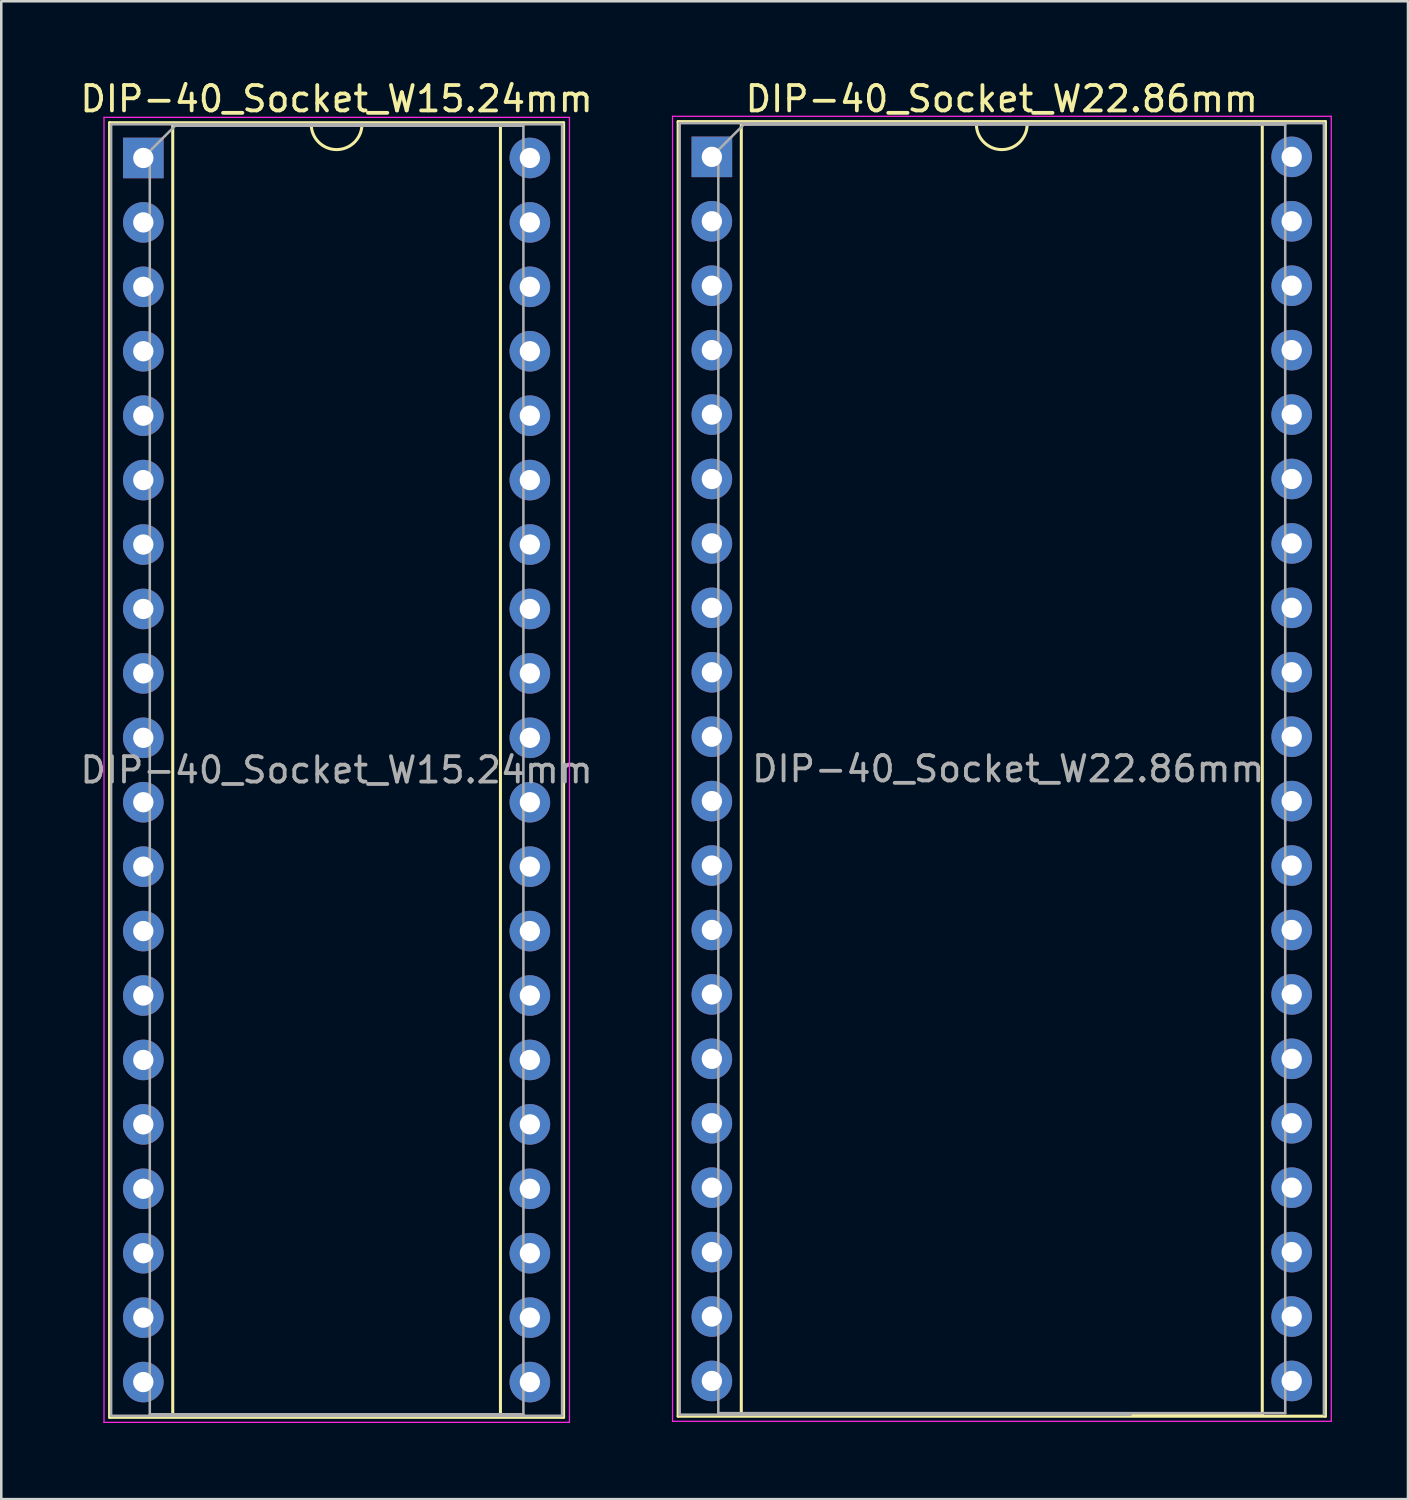
<source format=kicad_pcb>
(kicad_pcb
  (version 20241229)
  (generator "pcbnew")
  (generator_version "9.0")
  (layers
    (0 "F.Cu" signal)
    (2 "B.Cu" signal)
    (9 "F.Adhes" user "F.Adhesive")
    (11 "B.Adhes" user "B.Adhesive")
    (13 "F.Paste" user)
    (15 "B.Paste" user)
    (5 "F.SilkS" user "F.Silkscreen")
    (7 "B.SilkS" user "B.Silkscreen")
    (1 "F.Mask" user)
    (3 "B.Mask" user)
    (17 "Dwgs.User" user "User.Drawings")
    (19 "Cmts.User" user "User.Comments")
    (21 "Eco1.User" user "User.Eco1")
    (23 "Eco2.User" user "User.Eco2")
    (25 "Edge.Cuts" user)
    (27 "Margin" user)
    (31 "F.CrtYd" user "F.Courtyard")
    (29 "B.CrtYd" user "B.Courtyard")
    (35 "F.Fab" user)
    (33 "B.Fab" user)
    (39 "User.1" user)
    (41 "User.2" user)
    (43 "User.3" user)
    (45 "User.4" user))
  (footprint "DIP-40_Socket_W22.86mm"
    (layer "F.Cu")
    (at 25.015 3.134)
    (property "Reference" "DIP-40_Socket_W22.86mm" (at 11.43 -2.286 0) (layer "F.SilkS") (effects (font (size 1 1) (thickness 0.15))))
    (attr through_hole)
    (fp_line (start -1.33 -1.39) (end -1.33 49.65) (stroke (width 0.12) (type solid)) (layer "F.SilkS"))
    (fp_line (start -1.33 49.65) (end 24.19 49.65) (stroke (width 0.12) (type solid)) (layer "F.SilkS"))
    (fp_line (start 1.16 -1.33) (end 1.16 49.59) (stroke (width 0.12) (type solid)) (layer "F.SilkS"))
    (fp_line (start 1.16 49.59) (end 21.7 49.59) (stroke (width 0.12) (type solid)) (layer "F.SilkS"))
    (fp_line (start 10.43 -1.33) (end 1.16 -1.33) (stroke (width 0.12) (type solid)) (layer "F.SilkS"))
    (fp_line (start 21.7 -1.33) (end 12.43 -1.33) (stroke (width 0.12) (type solid)) (layer "F.SilkS"))
    (fp_line (start 21.7 49.59) (end 21.7 -1.33) (stroke (width 0.12) (type solid)) (layer "F.SilkS"))
    (fp_line (start 24.19 -1.39) (end -1.33 -1.39) (stroke (width 0.12) (type solid)) (layer "F.SilkS"))
    (fp_line (start 24.19 49.65) (end 24.19 -1.39) (stroke (width 0.12) (type solid)) (layer "F.SilkS"))
    (fp_arc (start 12.43 -1.286) (mid 11.43 -0.286) (end 10.43 -1.286) (stroke (width 0.12) (type solid)) (layer "F.SilkS"))
    (fp_line (start -1.55 -1.6) (end -1.55 49.85) (stroke (width 0.05) (type solid)) (layer "F.CrtYd"))
    (fp_line (start -1.55 49.85) (end 24.42 49.85) (stroke (width 0.05) (type solid)) (layer "F.CrtYd"))
    (fp_line (start 24.42 -1.6) (end -1.55 -1.6) (stroke (width 0.05) (type solid)) (layer "F.CrtYd"))
    (fp_line (start 24.42 49.85) (end 24.42 -1.6) (stroke (width 0.05) (type solid)) (layer "F.CrtYd"))
    (fp_line (start -1.27 -1.33) (end -1.27 49.59) (stroke (width 0.1) (type solid)) (layer "F.Fab"))
    (fp_line (start -1.27 49.59) (end 16.51 49.59) (stroke (width 0.1) (type solid)) (layer "F.Fab"))
    (fp_line (start 0.255 -0.27) (end 1.255 -1.27) (stroke (width 0.1) (type solid)) (layer "F.Fab"))
    (fp_line (start 0.255 49.53) (end 0.255 -0.27) (stroke (width 0.1) (type solid)) (layer "F.Fab"))
    (fp_line (start 1.255 -1.27) (end 22.605 -1.27) (stroke (width 0.1) (type solid)) (layer "F.Fab"))
    (fp_line (start 22.605 -1.27) (end 22.605 49.53) (stroke (width 0.1) (type solid)) (layer "F.Fab"))
    (fp_line (start 22.605 49.53) (end 0.255 49.53) (stroke (width 0.1) (type solid)) (layer "F.Fab"))
    (fp_line (start 24.13 -1.33) (end -1.27 -1.33) (stroke (width 0.1) (type solid)) (layer "F.Fab"))
    (fp_line (start 24.13 49.59) (end 24.13 -1.33) (stroke (width 0.1) (type solid)) (layer "F.Fab"))
    (fp_text user "${REFERENCE}" (at 11.684 24.13 0) (layer "F.Fab") (effects (font (size 1 1) (thickness 0.15))))
    (pad "1" thru_hole rect (at 0 0) (size 1.6 1.6) (drill 0.8) (layers "*.Cu" "*.Mask"))
    (pad "2" thru_hole oval (at 0 2.54) (size 1.6 1.6) (drill 0.8) (layers "*.Cu" "*.Mask"))
    (pad "3" thru_hole oval (at 0 5.08) (size 1.6 1.6) (drill 0.8) (layers "*.Cu" "*.Mask"))
    (pad "4" thru_hole oval (at 0 7.62) (size 1.6 1.6) (drill 0.8) (layers "*.Cu" "*.Mask"))
    (pad "5" thru_hole oval (at 0 10.16) (size 1.6 1.6) (drill 0.8) (layers "*.Cu" "*.Mask"))
    (pad "6" thru_hole oval (at 0 12.7) (size 1.6 1.6) (drill 0.8) (layers "*.Cu" "*.Mask"))
    (pad "7" thru_hole oval (at 0 15.24) (size 1.6 1.6) (drill 0.8) (layers "*.Cu" "*.Mask"))
    (pad "8" thru_hole oval (at 0 17.78) (size 1.6 1.6) (drill 0.8) (layers "*.Cu" "*.Mask"))
    (pad "9" thru_hole oval (at 0 20.32) (size 1.6 1.6) (drill 0.8) (layers "*.Cu" "*.Mask"))
    (pad "10" thru_hole oval (at 0 22.86) (size 1.6 1.6) (drill 0.8) (layers "*.Cu" "*.Mask"))
    (pad "11" thru_hole oval (at 0 25.4) (size 1.6 1.6) (drill 0.8) (layers "*.Cu" "*.Mask"))
    (pad "12" thru_hole oval (at 0 27.94) (size 1.6 1.6) (drill 0.8) (layers "*.Cu" "*.Mask"))
    (pad "13" thru_hole oval (at 0 30.48) (size 1.6 1.6) (drill 0.8) (layers "*.Cu" "*.Mask"))
    (pad "14" thru_hole oval (at 0 33.02) (size 1.6 1.6) (drill 0.8) (layers "*.Cu" "*.Mask"))
    (pad "15" thru_hole oval (at 0 35.56) (size 1.6 1.6) (drill 0.8) (layers "*.Cu" "*.Mask"))
    (pad "16" thru_hole oval (at 0 38.1) (size 1.6 1.6) (drill 0.8) (layers "*.Cu" "*.Mask"))
    (pad "17" thru_hole oval (at 0 40.64) (size 1.6 1.6) (drill 0.8) (layers "*.Cu" "*.Mask"))
    (pad "18" thru_hole oval (at 0 43.18) (size 1.6 1.6) (drill 0.8) (layers "*.Cu" "*.Mask"))
    (pad "19" thru_hole oval (at 0 45.72) (size 1.6 1.6) (drill 0.8) (layers "*.Cu" "*.Mask"))
    (pad "20" thru_hole oval (at 0 48.26) (size 1.6 1.6) (drill 0.8) (layers "*.Cu" "*.Mask"))
    (pad "21" thru_hole oval (at 22.86 48.26) (size 1.6 1.6) (drill 0.8) (layers "*.Cu" "*.Mask"))
    (pad "22" thru_hole oval (at 22.86 45.72) (size 1.6 1.6) (drill 0.8) (layers "*.Cu" "*.Mask"))
    (pad "23" thru_hole oval (at 22.86 43.18) (size 1.6 1.6) (drill 0.8) (layers "*.Cu" "*.Mask"))
    (pad "24" thru_hole oval (at 22.86 40.64) (size 1.6 1.6) (drill 0.8) (layers "*.Cu" "*.Mask"))
    (pad "25" thru_hole oval (at 22.86 38.1) (size 1.6 1.6) (drill 0.8) (layers "*.Cu" "*.Mask"))
    (pad "26" thru_hole oval (at 22.86 35.56) (size 1.6 1.6) (drill 0.8) (layers "*.Cu" "*.Mask"))
    (pad "27" thru_hole oval (at 22.86 33.02) (size 1.6 1.6) (drill 0.8) (layers "*.Cu" "*.Mask"))
    (pad "28" thru_hole oval (at 22.86 30.48) (size 1.6 1.6) (drill 0.8) (layers "*.Cu" "*.Mask"))
    (pad "29" thru_hole oval (at 22.86 27.94) (size 1.6 1.6) (drill 0.8) (layers "*.Cu" "*.Mask"))
    (pad "30" thru_hole oval (at 22.86 25.4) (size 1.6 1.6) (drill 0.8) (layers "*.Cu" "*.Mask"))
    (pad "31" thru_hole oval (at 22.86 22.86) (size 1.6 1.6) (drill 0.8) (layers "*.Cu" "*.Mask"))
    (pad "32" thru_hole oval (at 22.86 20.32) (size 1.6 1.6) (drill 0.8) (layers "*.Cu" "*.Mask"))
    (pad "33" thru_hole oval (at 22.86 17.78) (size 1.6 1.6) (drill 0.8) (layers "*.Cu" "*.Mask"))
    (pad "34" thru_hole oval (at 22.86 15.24) (size 1.6 1.6) (drill 0.8) (layers "*.Cu" "*.Mask"))
    (pad "35" thru_hole oval (at 22.86 12.7) (size 1.6 1.6) (drill 0.8) (layers "*.Cu" "*.Mask"))
    (pad "36" thru_hole oval (at 22.86 10.16) (size 1.6 1.6) (drill 0.8) (layers "*.Cu" "*.Mask"))
    (pad "37" thru_hole oval (at 22.86 7.62) (size 1.6 1.6) (drill 0.8) (layers "*.Cu" "*.Mask"))
    (pad "38" thru_hole oval (at 22.86 5.08) (size 1.6 1.6) (drill 0.8) (layers "*.Cu" "*.Mask"))
    (pad "39" thru_hole oval (at 22.86 2.54) (size 1.6 1.6) (drill 0.8) (layers "*.Cu" "*.Mask"))
    (pad "40" thru_hole oval (at 22.86 0) (size 1.6 1.6) (drill 0.8) (layers "*.Cu" "*.Mask")))
  (footprint "DIP-40_Socket_W15.24mm"
    (layer "F.Cu")
    (at 2.6 3.178)
    (property "Reference" "DIP-40_Socket_W15.24mm" (at 7.62 -2.33 0) (layer "F.SilkS") (effects (font (size 1 1) (thickness 0.15))))
    (attr through_hole)
    (fp_line (start -1.33 -1.39) (end -1.33 49.65) (stroke (width 0.12) (type solid)) (layer "F.SilkS"))
    (fp_line (start -1.33 49.65) (end 16.57 49.65) (stroke (width 0.12) (type solid)) (layer "F.SilkS"))
    (fp_line (start 1.16 -1.33) (end 1.16 49.59) (stroke (width 0.12) (type solid)) (layer "F.SilkS"))
    (fp_line (start 1.16 49.59) (end 14.08 49.59) (stroke (width 0.12) (type solid)) (layer "F.SilkS"))
    (fp_line (start 6.62 -1.33) (end 1.16 -1.33) (stroke (width 0.12) (type solid)) (layer "F.SilkS"))
    (fp_line (start 14.08 -1.33) (end 8.62 -1.33) (stroke (width 0.12) (type solid)) (layer "F.SilkS"))
    (fp_line (start 14.08 49.59) (end 14.08 -1.33) (stroke (width 0.12) (type solid)) (layer "F.SilkS"))
    (fp_line (start 16.57 -1.39) (end -1.33 -1.39) (stroke (width 0.12) (type solid)) (layer "F.SilkS"))
    (fp_line (start 16.57 49.65) (end 16.57 -1.39) (stroke (width 0.12) (type solid)) (layer "F.SilkS"))
    (fp_arc (start 8.62 -1.33) (mid 7.62 -0.33) (end 6.62 -1.33) (stroke (width 0.12) (type solid)) (layer "F.SilkS"))
    (fp_line (start -1.55 -1.6) (end -1.55 49.85) (stroke (width 0.05) (type solid)) (layer "F.CrtYd"))
    (fp_line (start -1.55 49.85) (end 16.8 49.85) (stroke (width 0.05) (type solid)) (layer "F.CrtYd"))
    (fp_line (start 16.8 -1.6) (end -1.55 -1.6) (stroke (width 0.05) (type solid)) (layer "F.CrtYd"))
    (fp_line (start 16.8 49.85) (end 16.8 -1.6) (stroke (width 0.05) (type solid)) (layer "F.CrtYd"))
    (fp_line (start -1.27 -1.33) (end -1.27 49.59) (stroke (width 0.1) (type solid)) (layer "F.Fab"))
    (fp_line (start -1.27 49.59) (end 16.51 49.59) (stroke (width 0.1) (type solid)) (layer "F.Fab"))
    (fp_line (start 0.255 -0.27) (end 1.255 -1.27) (stroke (width 0.1) (type solid)) (layer "F.Fab"))
    (fp_line (start 0.255 49.53) (end 0.255 -0.27) (stroke (width 0.1) (type solid)) (layer "F.Fab"))
    (fp_line (start 1.255 -1.27) (end 14.985 -1.27) (stroke (width 0.1) (type solid)) (layer "F.Fab"))
    (fp_line (start 14.985 -1.27) (end 14.985 49.53) (stroke (width 0.1) (type solid)) (layer "F.Fab"))
    (fp_line (start 14.985 49.53) (end 0.255 49.53) (stroke (width 0.1) (type solid)) (layer "F.Fab"))
    (fp_line (start 16.51 -1.33) (end -1.27 -1.33) (stroke (width 0.1) (type solid)) (layer "F.Fab"))
    (fp_line (start 16.51 49.59) (end 16.51 -1.33) (stroke (width 0.1) (type solid)) (layer "F.Fab"))
    (fp_text user "${REFERENCE}" (at 7.62 24.13 0) (layer "F.Fab") (effects (font (size 1 1) (thickness 0.15))))
    (pad "1" thru_hole rect (at 0 0) (size 1.6 1.6) (drill 0.8) (layers "*.Cu" "*.Mask"))
    (pad "2" thru_hole oval (at 0 2.54) (size 1.6 1.6) (drill 0.8) (layers "*.Cu" "*.Mask"))
    (pad "3" thru_hole oval (at 0 5.08) (size 1.6 1.6) (drill 0.8) (layers "*.Cu" "*.Mask"))
    (pad "4" thru_hole oval (at 0 7.62) (size 1.6 1.6) (drill 0.8) (layers "*.Cu" "*.Mask"))
    (pad "5" thru_hole oval (at 0 10.16) (size 1.6 1.6) (drill 0.8) (layers "*.Cu" "*.Mask"))
    (pad "6" thru_hole oval (at 0 12.7) (size 1.6 1.6) (drill 0.8) (layers "*.Cu" "*.Mask"))
    (pad "7" thru_hole oval (at 0 15.24) (size 1.6 1.6) (drill 0.8) (layers "*.Cu" "*.Mask"))
    (pad "8" thru_hole oval (at 0 17.78) (size 1.6 1.6) (drill 0.8) (layers "*.Cu" "*.Mask"))
    (pad "9" thru_hole oval (at 0 20.32) (size 1.6 1.6) (drill 0.8) (layers "*.Cu" "*.Mask"))
    (pad "10" thru_hole oval (at 0 22.86) (size 1.6 1.6) (drill 0.8) (layers "*.Cu" "*.Mask"))
    (pad "11" thru_hole oval (at 0 25.4) (size 1.6 1.6) (drill 0.8) (layers "*.Cu" "*.Mask"))
    (pad "12" thru_hole oval (at 0 27.94) (size 1.6 1.6) (drill 0.8) (layers "*.Cu" "*.Mask"))
    (pad "13" thru_hole oval (at 0 30.48) (size 1.6 1.6) (drill 0.8) (layers "*.Cu" "*.Mask"))
    (pad "14" thru_hole oval (at 0 33.02) (size 1.6 1.6) (drill 0.8) (layers "*.Cu" "*.Mask"))
    (pad "15" thru_hole oval (at 0 35.56) (size 1.6 1.6) (drill 0.8) (layers "*.Cu" "*.Mask"))
    (pad "16" thru_hole oval (at 0 38.1) (size 1.6 1.6) (drill 0.8) (layers "*.Cu" "*.Mask"))
    (pad "17" thru_hole oval (at 0 40.64) (size 1.6 1.6) (drill 0.8) (layers "*.Cu" "*.Mask"))
    (pad "18" thru_hole oval (at 0 43.18) (size 1.6 1.6) (drill 0.8) (layers "*.Cu" "*.Mask"))
    (pad "19" thru_hole oval (at 0 45.72) (size 1.6 1.6) (drill 0.8) (layers "*.Cu" "*.Mask"))
    (pad "20" thru_hole oval (at 0 48.26) (size 1.6 1.6) (drill 0.8) (layers "*.Cu" "*.Mask"))
    (pad "21" thru_hole oval (at 15.24 48.26) (size 1.6 1.6) (drill 0.8) (layers "*.Cu" "*.Mask"))
    (pad "22" thru_hole oval (at 15.24 45.72) (size 1.6 1.6) (drill 0.8) (layers "*.Cu" "*.Mask"))
    (pad "23" thru_hole oval (at 15.24 43.18) (size 1.6 1.6) (drill 0.8) (layers "*.Cu" "*.Mask"))
    (pad "24" thru_hole oval (at 15.24 40.64) (size 1.6 1.6) (drill 0.8) (layers "*.Cu" "*.Mask"))
    (pad "25" thru_hole oval (at 15.24 38.1) (size 1.6 1.6) (drill 0.8) (layers "*.Cu" "*.Mask"))
    (pad "26" thru_hole oval (at 15.24 35.56) (size 1.6 1.6) (drill 0.8) (layers "*.Cu" "*.Mask"))
    (pad "27" thru_hole oval (at 15.24 33.02) (size 1.6 1.6) (drill 0.8) (layers "*.Cu" "*.Mask"))
    (pad "28" thru_hole oval (at 15.24 30.48) (size 1.6 1.6) (drill 0.8) (layers "*.Cu" "*.Mask"))
    (pad "29" thru_hole oval (at 15.24 27.94) (size 1.6 1.6) (drill 0.8) (layers "*.Cu" "*.Mask"))
    (pad "30" thru_hole oval (at 15.24 25.4) (size 1.6 1.6) (drill 0.8) (layers "*.Cu" "*.Mask"))
    (pad "31" thru_hole oval (at 15.24 22.86) (size 1.6 1.6) (drill 0.8) (layers "*.Cu" "*.Mask"))
    (pad "32" thru_hole oval (at 15.24 20.32) (size 1.6 1.6) (drill 0.8) (layers "*.Cu" "*.Mask"))
    (pad "33" thru_hole oval (at 15.24 17.78) (size 1.6 1.6) (drill 0.8) (layers "*.Cu" "*.Mask"))
    (pad "34" thru_hole oval (at 15.24 15.24) (size 1.6 1.6) (drill 0.8) (layers "*.Cu" "*.Mask"))
    (pad "35" thru_hole oval (at 15.24 12.7) (size 1.6 1.6) (drill 0.8) (layers "*.Cu" "*.Mask"))
    (pad "36" thru_hole oval (at 15.24 10.16) (size 1.6 1.6) (drill 0.8) (layers "*.Cu" "*.Mask"))
    (pad "37" thru_hole oval (at 15.24 7.62) (size 1.6 1.6) (drill 0.8) (layers "*.Cu" "*.Mask"))
    (pad "38" thru_hole oval (at 15.24 5.08) (size 1.6 1.6) (drill 0.8) (layers "*.Cu" "*.Mask"))
    (pad "39" thru_hole oval (at 15.24 2.54) (size 1.6 1.6) (drill 0.8) (layers "*.Cu" "*.Mask"))
    (pad "40" thru_hole oval (at 15.24 0) (size 1.6 1.6) (drill 0.8) (layers "*.Cu" "*.Mask")))
  (gr_rect
    (start -3 -3)
    (end 52.46 56.053)
    (stroke (width 0.1) (type default))
    (fill no)
    (layer "Edge.Cuts")))
</source>
